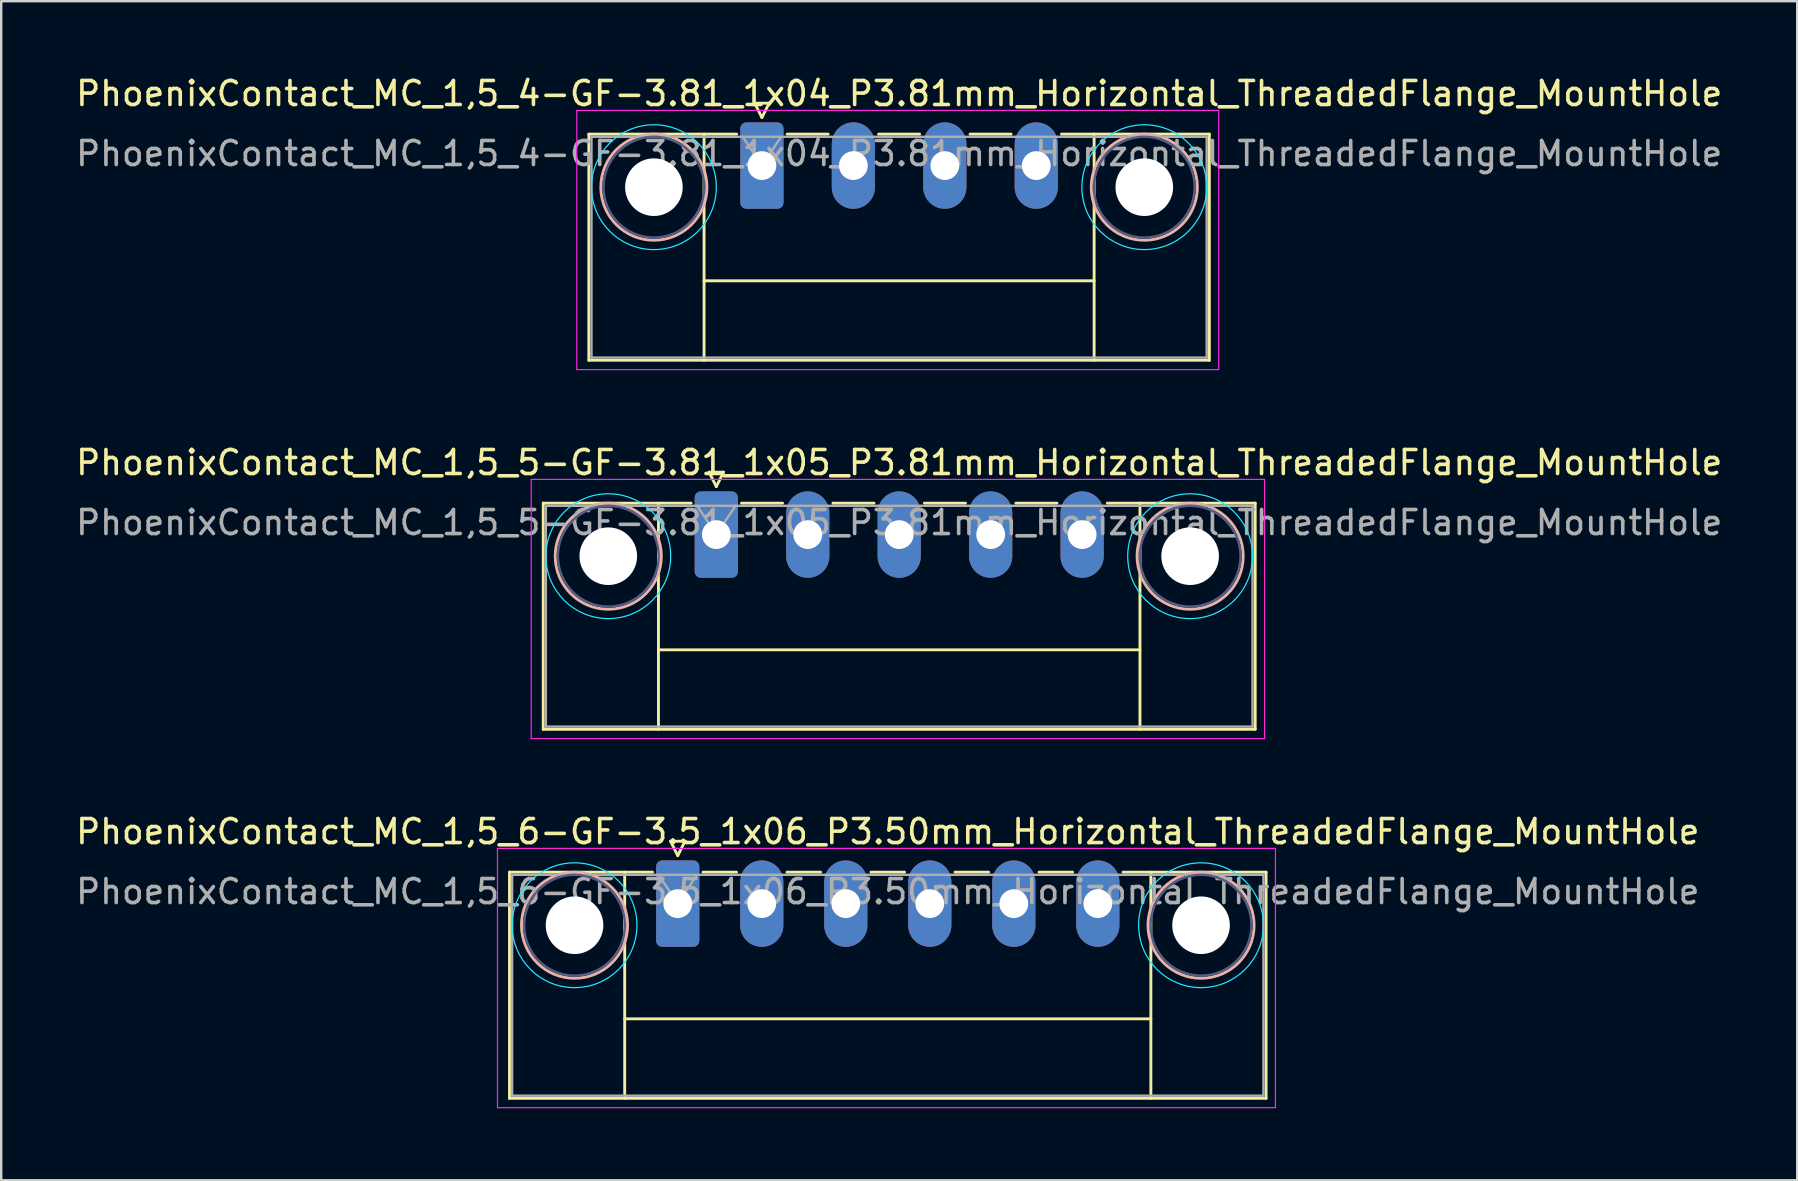
<source format=kicad_pcb>
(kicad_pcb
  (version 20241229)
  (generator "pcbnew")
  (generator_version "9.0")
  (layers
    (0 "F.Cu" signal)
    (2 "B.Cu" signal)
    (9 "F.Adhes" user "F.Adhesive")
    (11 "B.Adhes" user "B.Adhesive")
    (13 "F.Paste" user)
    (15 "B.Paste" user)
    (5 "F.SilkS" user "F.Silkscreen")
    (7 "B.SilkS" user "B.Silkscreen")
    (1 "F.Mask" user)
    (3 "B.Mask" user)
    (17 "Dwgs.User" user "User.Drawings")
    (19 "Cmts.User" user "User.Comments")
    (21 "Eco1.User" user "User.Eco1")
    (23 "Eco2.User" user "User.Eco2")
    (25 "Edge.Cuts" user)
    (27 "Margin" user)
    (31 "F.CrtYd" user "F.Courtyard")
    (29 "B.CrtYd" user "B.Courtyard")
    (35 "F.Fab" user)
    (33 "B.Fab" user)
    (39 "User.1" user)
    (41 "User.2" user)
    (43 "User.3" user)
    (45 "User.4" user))
  (footprint "PhoenixContact_MC_1,5_5-GF-3.81_1x05_P3.81mm_Horizontal_ThreadedFlange_MountHole"
    (layer "F.Cu")
    (at 26.791 19.221)
    (property "Reference" "PhoenixContact_MC_1,5_5-GF-3.81_1x05_P3.81mm_Horizontal_ThreadedFlange_MountHole" (at 7.62 -3 0) (layer "F.SilkS") (effects (font (size 1 1) (thickness 0.15))))
    (attr through_hole)
    (fp_line (start -7.21 -1.31) (end -7.21 8.11) (stroke (width 0.12) (type solid)) (layer "F.SilkS"))
    (fp_line (start -7.21 -1.31) (end -1.05 -1.31) (stroke (width 0.12) (type solid)) (layer "F.SilkS"))
    (fp_line (start -7.21 8.11) (end 22.45 8.11) (stroke (width 0.12) (type solid)) (layer "F.SilkS"))
    (fp_line (start -2.41 -1.31) (end -2.41 8.11) (stroke (width 0.12) (type solid)) (layer "F.SilkS"))
    (fp_line (start -2.41 4.8) (end 17.65 4.8) (stroke (width 0.12) (type solid)) (layer "F.SilkS"))
    (fp_line (start -0.3 -2.6) (end 0.3 -2.6) (stroke (width 0.12) (type solid)) (layer "F.SilkS"))
    (fp_line (start 0 -2) (end -0.3 -2.6) (stroke (width 0.12) (type solid)) (layer "F.SilkS"))
    (fp_line (start 0.3 -2.6) (end 0 -2) (stroke (width 0.12) (type solid)) (layer "F.SilkS"))
    (fp_line (start 1.05 -1.31) (end 2.76 -1.31) (stroke (width 0.12) (type solid)) (layer "F.SilkS"))
    (fp_line (start 4.86 -1.31) (end 6.57 -1.31) (stroke (width 0.12) (type solid)) (layer "F.SilkS"))
    (fp_line (start 8.67 -1.31) (end 10.38 -1.31) (stroke (width 0.12) (type solid)) (layer "F.SilkS"))
    (fp_line (start 12.48 -1.31) (end 14.19 -1.31) (stroke (width 0.12) (type solid)) (layer "F.SilkS"))
    (fp_line (start 17.65 -1.31) (end 17.65 8.11) (stroke (width 0.12) (type solid)) (layer "F.SilkS"))
    (fp_line (start 22.45 -1.31) (end 16.29 -1.31) (stroke (width 0.12) (type solid)) (layer "F.SilkS"))
    (fp_line (start 22.45 8.11) (end 22.45 -1.31) (stroke (width 0.12) (type solid)) (layer "F.SilkS"))
    (fp_circle (center -4.5 0.9) (end -2.29 0.9) (stroke (width 0.12) (type solid)) (fill no) (layer "B.SilkS"))
    (fp_circle (center 19.74 0.9) (end 21.95 0.9) (stroke (width 0.12) (type solid)) (fill no) (layer "B.SilkS"))
    (fp_circle (center -4.5 0.9) (end -1.9 0.9) (stroke (width 0.05) (type solid)) (fill no) (layer "B.CrtYd"))
    (fp_circle (center 19.74 0.9) (end 22.34 0.9) (stroke (width 0.05) (type solid)) (fill no) (layer "B.CrtYd"))
    (fp_line (start -7.71 -2.3) (end -7.71 8.5) (stroke (width 0.05) (type solid)) (layer "F.CrtYd"))
    (fp_line (start -7.71 8.5) (end 22.84 8.5) (stroke (width 0.05) (type solid)) (layer "F.CrtYd"))
    (fp_line (start 22.84 -2.3) (end -7.71 -2.3) (stroke (width 0.05) (type solid)) (layer "F.CrtYd"))
    (fp_line (start 22.84 8.5) (end 22.84 -2.3) (stroke (width 0.05) (type solid)) (layer "F.CrtYd"))
    (fp_circle (center -4.5 0.9) (end -2.4 0.9) (stroke (width 0.1) (type solid)) (fill no) (layer "B.Fab"))
    (fp_circle (center 19.74 0.9) (end 21.84 0.9) (stroke (width 0.1) (type solid)) (fill no) (layer "B.Fab"))
    (fp_line (start -7.1 -1.2) (end -7.1 8) (stroke (width 0.1) (type solid)) (layer "F.Fab"))
    (fp_line (start -7.1 8) (end 22.34 8) (stroke (width 0.1) (type solid)) (layer "F.Fab"))
    (fp_line (start 0 0) (end -0.8 -1.2) (stroke (width 0.1) (type solid)) (layer "F.Fab"))
    (fp_line (start 0.8 -1.2) (end 0 0) (stroke (width 0.1) (type solid)) (layer "F.Fab"))
    (fp_line (start 22.34 -1.2) (end -7.1 -1.2) (stroke (width 0.1) (type solid)) (layer "F.Fab"))
    (fp_line (start 22.34 8) (end 22.34 -1.2) (stroke (width 0.1) (type solid)) (layer "F.Fab"))
    (fp_text user "${REFERENCE}" (at 7.62 -0.5 0) (layer "F.Fab") (effects (font (size 1 1) (thickness 0.15))))
    (pad "" np_thru_hole circle (at -4.5 0.9) (size 2.4 2.4) (drill 2.4) (layers "*.Cu" "*.Mask"))
    (pad "" np_thru_hole circle (at 19.74 0.9) (size 2.4 2.4) (drill 2.4) (layers "*.Cu" "*.Mask"))
    (pad "1" thru_hole roundrect (at 0 0) (size 1.8 3.6) (drill 1.2) (layers "*.Cu" "*.Mask") (roundrect_rratio 0.139))
    (pad "2" thru_hole oval (at 3.81 0) (size 1.8 3.6) (drill 1.2) (layers "*.Cu" "*.Mask"))
    (pad "3" thru_hole oval (at 7.62 0) (size 1.8 3.6) (drill 1.2) (layers "*.Cu" "*.Mask"))
    (pad "4" thru_hole oval (at 11.43 0) (size 1.8 3.6) (drill 1.2) (layers "*.Cu" "*.Mask"))
    (pad "5" thru_hole oval (at 15.24 0) (size 1.8 3.6) (drill 1.2) (layers "*.Cu" "*.Mask")))
  (footprint "PhoenixContact_MC_1,5_6-GF-3.5_1x06_P3.50mm_Horizontal_ThreadedFlange_MountHole"
    (layer "F.Cu")
    (at 25.185 34.595)
    (property "Reference" "PhoenixContact_MC_1,5_6-GF-3.5_1x06_P3.50mm_Horizontal_ThreadedFlange_MountHole" (at 8.75 -3 0) (layer "F.SilkS") (effects (font (size 1 1) (thickness 0.15))))
    (attr through_hole)
    (fp_line (start -7.01 -1.31) (end -7.01 8.11) (stroke (width 0.12) (type solid)) (layer "F.SilkS"))
    (fp_line (start -7.01 -1.31) (end -1.05 -1.31) (stroke (width 0.12) (type solid)) (layer "F.SilkS"))
    (fp_line (start -7.01 8.11) (end 24.51 8.11) (stroke (width 0.12) (type solid)) (layer "F.SilkS"))
    (fp_line (start -2.21 -1.31) (end -2.21 8.11) (stroke (width 0.12) (type solid)) (layer "F.SilkS"))
    (fp_line (start -2.21 4.8) (end 19.71 4.8) (stroke (width 0.12) (type solid)) (layer "F.SilkS"))
    (fp_line (start -0.3 -2.6) (end 0.3 -2.6) (stroke (width 0.12) (type solid)) (layer "F.SilkS"))
    (fp_line (start 0 -2) (end -0.3 -2.6) (stroke (width 0.12) (type solid)) (layer "F.SilkS"))
    (fp_line (start 0.3 -2.6) (end 0 -2) (stroke (width 0.12) (type solid)) (layer "F.SilkS"))
    (fp_line (start 1.05 -1.31) (end 2.45 -1.31) (stroke (width 0.12) (type solid)) (layer "F.SilkS"))
    (fp_line (start 4.55 -1.31) (end 5.95 -1.31) (stroke (width 0.12) (type solid)) (layer "F.SilkS"))
    (fp_line (start 8.05 -1.31) (end 9.45 -1.31) (stroke (width 0.12) (type solid)) (layer "F.SilkS"))
    (fp_line (start 11.55 -1.31) (end 12.95 -1.31) (stroke (width 0.12) (type solid)) (layer "F.SilkS"))
    (fp_line (start 15.05 -1.31) (end 16.45 -1.31) (stroke (width 0.12) (type solid)) (layer "F.SilkS"))
    (fp_line (start 19.71 -1.31) (end 19.71 8.11) (stroke (width 0.12) (type solid)) (layer "F.SilkS"))
    (fp_line (start 24.51 -1.31) (end 18.55 -1.31) (stroke (width 0.12) (type solid)) (layer "F.SilkS"))
    (fp_line (start 24.51 8.11) (end 24.51 -1.31) (stroke (width 0.12) (type solid)) (layer "F.SilkS"))
    (fp_circle (center -4.3 0.9) (end -2.09 0.9) (stroke (width 0.12) (type solid)) (fill no) (layer "B.SilkS"))
    (fp_circle (center 21.8 0.9) (end 24.01 0.9) (stroke (width 0.12) (type solid)) (fill no) (layer "B.SilkS"))
    (fp_circle (center -4.3 0.9) (end -1.7 0.9) (stroke (width 0.05) (type solid)) (fill no) (layer "B.CrtYd"))
    (fp_circle (center 21.8 0.9) (end 24.4 0.9) (stroke (width 0.05) (type solid)) (fill no) (layer "B.CrtYd"))
    (fp_line (start -7.51 -2.3) (end -7.51 8.5) (stroke (width 0.05) (type solid)) (layer "F.CrtYd"))
    (fp_line (start -7.51 8.5) (end 24.9 8.5) (stroke (width 0.05) (type solid)) (layer "F.CrtYd"))
    (fp_line (start 24.9 -2.3) (end -7.51 -2.3) (stroke (width 0.05) (type solid)) (layer "F.CrtYd"))
    (fp_line (start 24.9 8.5) (end 24.9 -2.3) (stroke (width 0.05) (type solid)) (layer "F.CrtYd"))
    (fp_circle (center -4.3 0.9) (end -2.2 0.9) (stroke (width 0.1) (type solid)) (fill no) (layer "B.Fab"))
    (fp_circle (center 21.8 0.9) (end 23.9 0.9) (stroke (width 0.1) (type solid)) (fill no) (layer "B.Fab"))
    (fp_line (start -6.9 -1.2) (end -6.9 8) (stroke (width 0.1) (type solid)) (layer "F.Fab"))
    (fp_line (start -6.9 8) (end 24.4 8) (stroke (width 0.1) (type solid)) (layer "F.Fab"))
    (fp_line (start 0 0) (end -0.8 -1.2) (stroke (width 0.1) (type solid)) (layer "F.Fab"))
    (fp_line (start 0.8 -1.2) (end 0 0) (stroke (width 0.1) (type solid)) (layer "F.Fab"))
    (fp_line (start 24.4 -1.2) (end -6.9 -1.2) (stroke (width 0.1) (type solid)) (layer "F.Fab"))
    (fp_line (start 24.4 8) (end 24.4 -1.2) (stroke (width 0.1) (type solid)) (layer "F.Fab"))
    (fp_text user "${REFERENCE}" (at 8.75 -0.5 0) (layer "F.Fab") (effects (font (size 1 1) (thickness 0.15))))
    (pad "" np_thru_hole circle (at -4.3 0.9) (size 2.4 2.4) (drill 2.4) (layers "*.Cu" "*.Mask"))
    (pad "" np_thru_hole circle (at 21.8 0.9) (size 2.4 2.4) (drill 2.4) (layers "*.Cu" "*.Mask"))
    (pad "1" thru_hole roundrect (at 0 0) (size 1.8 3.6) (drill 1.2) (layers "*.Cu" "*.Mask") (roundrect_rratio 0.139))
    (pad "2" thru_hole oval (at 3.5 0) (size 1.8 3.6) (drill 1.2) (layers "*.Cu" "*.Mask"))
    (pad "3" thru_hole oval (at 7 0) (size 1.8 3.6) (drill 1.2) (layers "*.Cu" "*.Mask"))
    (pad "4" thru_hole oval (at 10.5 0) (size 1.8 3.6) (drill 1.2) (layers "*.Cu" "*.Mask"))
    (pad "5" thru_hole oval (at 14 0) (size 1.8 3.6) (drill 1.2) (layers "*.Cu" "*.Mask"))
    (pad "6" thru_hole oval (at 17.5 0) (size 1.8 3.6) (drill 1.2) (layers "*.Cu" "*.Mask")))
  (footprint "PhoenixContact_MC_1,5_4-GF-3.81_1x04_P3.81mm_Horizontal_ThreadedFlange_MountHole"
    (layer "F.Cu")
    (at 28.691 3.848)
    (property "Reference" "PhoenixContact_MC_1,5_4-GF-3.81_1x04_P3.81mm_Horizontal_ThreadedFlange_MountHole" (at 5.72 -3 0) (layer "F.SilkS") (effects (font (size 1 1) (thickness 0.15))))
    (attr through_hole)
    (fp_line (start -7.21 -1.31) (end -7.21 8.11) (stroke (width 0.12) (type solid)) (layer "F.SilkS"))
    (fp_line (start -7.21 -1.31) (end -1.05 -1.31) (stroke (width 0.12) (type solid)) (layer "F.SilkS"))
    (fp_line (start -7.21 8.11) (end 18.64 8.11) (stroke (width 0.12) (type solid)) (layer "F.SilkS"))
    (fp_line (start -2.41 -1.31) (end -2.41 8.11) (stroke (width 0.12) (type solid)) (layer "F.SilkS"))
    (fp_line (start -2.41 4.8) (end 13.84 4.8) (stroke (width 0.12) (type solid)) (layer "F.SilkS"))
    (fp_line (start -0.3 -2.6) (end 0.3 -2.6) (stroke (width 0.12) (type solid)) (layer "F.SilkS"))
    (fp_line (start 0 -2) (end -0.3 -2.6) (stroke (width 0.12) (type solid)) (layer "F.SilkS"))
    (fp_line (start 0.3 -2.6) (end 0 -2) (stroke (width 0.12) (type solid)) (layer "F.SilkS"))
    (fp_line (start 1.05 -1.31) (end 2.76 -1.31) (stroke (width 0.12) (type solid)) (layer "F.SilkS"))
    (fp_line (start 4.86 -1.31) (end 6.57 -1.31) (stroke (width 0.12) (type solid)) (layer "F.SilkS"))
    (fp_line (start 8.67 -1.31) (end 10.38 -1.31) (stroke (width 0.12) (type solid)) (layer "F.SilkS"))
    (fp_line (start 13.84 -1.31) (end 13.84 8.11) (stroke (width 0.12) (type solid)) (layer "F.SilkS"))
    (fp_line (start 18.64 -1.31) (end 12.48 -1.31) (stroke (width 0.12) (type solid)) (layer "F.SilkS"))
    (fp_line (start 18.64 8.11) (end 18.64 -1.31) (stroke (width 0.12) (type solid)) (layer "F.SilkS"))
    (fp_circle (center -4.5 0.9) (end -2.29 0.9) (stroke (width 0.12) (type solid)) (fill no) (layer "B.SilkS"))
    (fp_circle (center 15.93 0.9) (end 18.14 0.9) (stroke (width 0.12) (type solid)) (fill no) (layer "B.SilkS"))
    (fp_circle (center -4.5 0.9) (end -1.9 0.9) (stroke (width 0.05) (type solid)) (fill no) (layer "B.CrtYd"))
    (fp_circle (center 15.93 0.9) (end 18.53 0.9) (stroke (width 0.05) (type solid)) (fill no) (layer "B.CrtYd"))
    (fp_line (start -7.71 -2.3) (end -7.71 8.5) (stroke (width 0.05) (type solid)) (layer "F.CrtYd"))
    (fp_line (start -7.71 8.5) (end 19.03 8.5) (stroke (width 0.05) (type solid)) (layer "F.CrtYd"))
    (fp_line (start 19.03 -2.3) (end -7.71 -2.3) (stroke (width 0.05) (type solid)) (layer "F.CrtYd"))
    (fp_line (start 19.03 8.5) (end 19.03 -2.3) (stroke (width 0.05) (type solid)) (layer "F.CrtYd"))
    (fp_circle (center -4.5 0.9) (end -2.4 0.9) (stroke (width 0.1) (type solid)) (fill no) (layer "B.Fab"))
    (fp_circle (center 15.93 0.9) (end 18.03 0.9) (stroke (width 0.1) (type solid)) (fill no) (layer "B.Fab"))
    (fp_line (start -7.1 -1.2) (end -7.1 8) (stroke (width 0.1) (type solid)) (layer "F.Fab"))
    (fp_line (start -7.1 8) (end 18.53 8) (stroke (width 0.1) (type solid)) (layer "F.Fab"))
    (fp_line (start 0 0) (end -0.8 -1.2) (stroke (width 0.1) (type solid)) (layer "F.Fab"))
    (fp_line (start 0.8 -1.2) (end 0 0) (stroke (width 0.1) (type solid)) (layer "F.Fab"))
    (fp_line (start 18.53 -1.2) (end -7.1 -1.2) (stroke (width 0.1) (type solid)) (layer "F.Fab"))
    (fp_line (start 18.53 8) (end 18.53 -1.2) (stroke (width 0.1) (type solid)) (layer "F.Fab"))
    (fp_text user "${REFERENCE}" (at 5.72 -0.5 0) (layer "F.Fab") (effects (font (size 1 1) (thickness 0.15))))
    (pad "" np_thru_hole circle (at -4.5 0.9) (size 2.4 2.4) (drill 2.4) (layers "*.Cu" "*.Mask"))
    (pad "" np_thru_hole circle (at 15.93 0.9) (size 2.4 2.4) (drill 2.4) (layers "*.Cu" "*.Mask"))
    (pad "1" thru_hole roundrect (at 0 0) (size 1.8 3.6) (drill 1.2) (layers "*.Cu" "*.Mask") (roundrect_rratio 0.139))
    (pad "2" thru_hole oval (at 3.81 0) (size 1.8 3.6) (drill 1.2) (layers "*.Cu" "*.Mask"))
    (pad "3" thru_hole oval (at 7.62 0) (size 1.8 3.6) (drill 1.2) (layers "*.Cu" "*.Mask"))
    (pad "4" thru_hole oval (at 11.43 0) (size 1.8 3.6) (drill 1.2) (layers "*.Cu" "*.Mask")))
  (gr_rect
    (start -3 -3)
    (end 71.821 46.12)
    (stroke (width 0.1) (type default))
    (fill no)
    (layer "Edge.Cuts")))
</source>
